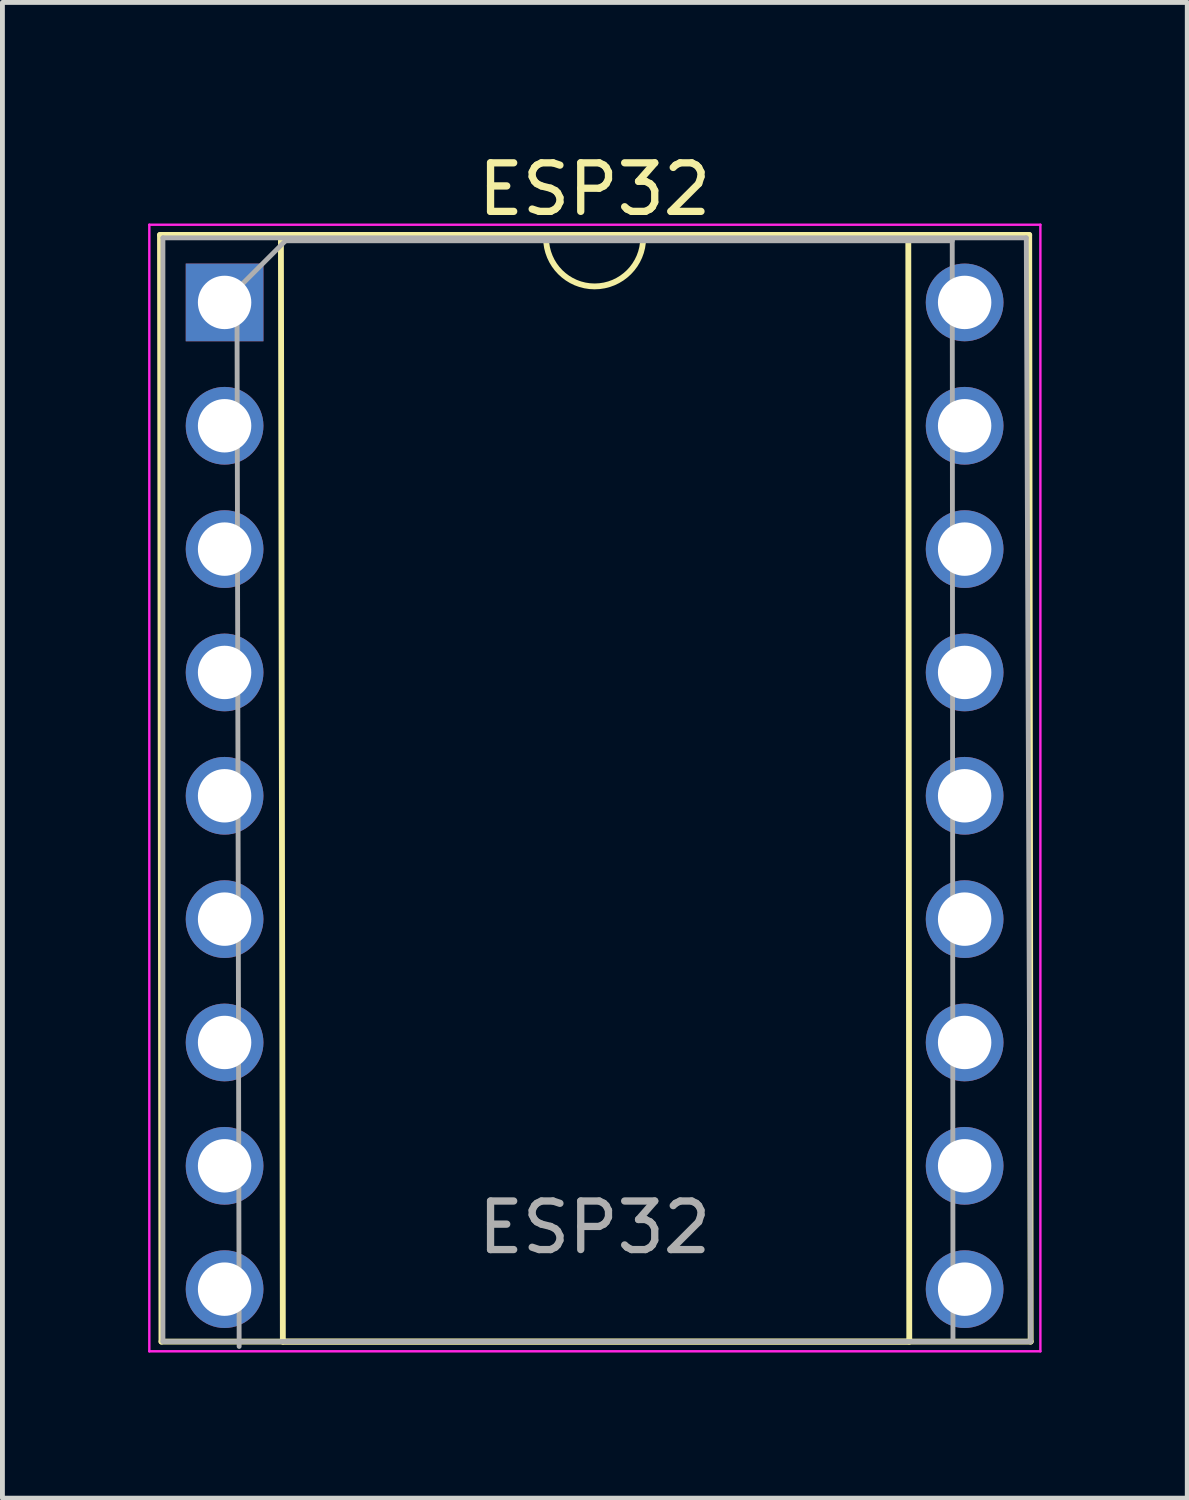
<source format=kicad_pcb>
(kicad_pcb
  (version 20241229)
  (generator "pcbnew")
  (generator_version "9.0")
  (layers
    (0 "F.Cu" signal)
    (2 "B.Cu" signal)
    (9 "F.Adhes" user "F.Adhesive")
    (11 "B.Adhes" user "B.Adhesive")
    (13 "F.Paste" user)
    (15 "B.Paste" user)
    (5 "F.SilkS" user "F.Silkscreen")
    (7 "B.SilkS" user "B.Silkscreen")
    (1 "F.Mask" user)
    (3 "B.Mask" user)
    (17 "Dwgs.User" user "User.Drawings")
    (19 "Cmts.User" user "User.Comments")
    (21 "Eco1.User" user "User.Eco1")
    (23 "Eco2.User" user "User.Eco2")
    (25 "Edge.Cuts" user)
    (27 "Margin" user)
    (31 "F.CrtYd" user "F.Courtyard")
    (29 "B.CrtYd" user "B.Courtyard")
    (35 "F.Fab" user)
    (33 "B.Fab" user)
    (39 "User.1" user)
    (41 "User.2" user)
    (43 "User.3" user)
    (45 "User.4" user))
  (footprint "ESP32"
    (layer "F.Cu")
    (at 1.575 3.178)
    (property "Reference" "ESP32" (at 7.62 -2.33 0) (layer "F.SilkS") (effects (font (size 1 1) (thickness 0.15))))
    (attr through_hole)
    (fp_line (start -1.33 -1.39) (end -1.3 21.4) (stroke (width 0.12) (type solid)) (layer "F.SilkS"))
    (fp_line (start -1.3 21.4) (end 16.6 21.4) (stroke (width 0.12) (type solid)) (layer "F.SilkS"))
    (fp_line (start 1.16 -1.33) (end 1.2 21.4) (stroke (width 0.12) (type solid)) (layer "F.SilkS"))
    (fp_line (start 1.2 21.4) (end 14.1 21.4) (stroke (width 0.12) (type solid)) (layer "F.SilkS"))
    (fp_line (start 6.62 -1.33) (end 1.16 -1.33) (stroke (width 0.12) (type solid)) (layer "F.SilkS"))
    (fp_line (start 14.08 -1.33) (end 8.62 -1.33) (stroke (width 0.12) (type solid)) (layer "F.SilkS"))
    (fp_line (start 14.1 21.4) (end 14.08 -1.33) (stroke (width 0.12) (type solid)) (layer "F.SilkS"))
    (fp_line (start 16.57 -1.39) (end -1.33 -1.39) (stroke (width 0.12) (type solid)) (layer "F.SilkS"))
    (fp_line (start 16.6 21.4) (end 16.57 -1.39) (stroke (width 0.12) (type solid)) (layer "F.SilkS"))
    (fp_arc (start 8.62 -1.33) (mid 7.62 -0.33) (end 6.62 -1.33) (stroke (width 0.12) (type solid)) (layer "F.SilkS"))
    (fp_line (start -1.55 -1.6) (end -1.55 21.6) (stroke (width 0.05) (type solid)) (layer "F.CrtYd"))
    (fp_line (start -1.55 21.6) (end 16.8 21.6) (stroke (width 0.05) (type solid)) (layer "F.CrtYd"))
    (fp_line (start 16.8 -1.6) (end -1.55 -1.6) (stroke (width 0.05) (type solid)) (layer "F.CrtYd"))
    (fp_line (start 16.8 21.6) (end 16.8 -1.6) (stroke (width 0.05) (type solid)) (layer "F.CrtYd"))
    (fp_line (start -1.27 -1.33) (end -1.27 21.4) (stroke (width 0.1) (type solid)) (layer "F.Fab"))
    (fp_line (start -1.27 21.4) (end 16.6 21.4) (stroke (width 0.1) (type solid)) (layer "F.Fab"))
    (fp_line (start 0.255 -0.27) (end 1.255 -1.27) (stroke (width 0.1) (type solid)) (layer "F.Fab"))
    (fp_line (start 0.3 21.5) (end 0.255 -0.27) (stroke (width 0.1) (type solid)) (layer "F.Fab"))
    (fp_line (start 1.255 -1.27) (end 14.985 -1.27) (stroke (width 0.1) (type solid)) (layer "F.Fab"))
    (fp_line (start 14.985 -1.27) (end 15 21.4) (stroke (width 0.1) (type solid)) (layer "F.Fab"))
    (fp_line (start 15 21.4) (end 1.2 21.4) (stroke (width 0.1) (type solid)) (layer "F.Fab"))
    (fp_line (start 16.51 -1.33) (end -1.27 -1.33) (stroke (width 0.1) (type solid)) (layer "F.Fab"))
    (fp_line (start 16.6 21.4) (end 16.51 -1.33) (stroke (width 0.1) (type solid)) (layer "F.Fab"))
    (fp_text user "${REFERENCE}" (at 7.62 19.05 0) (layer "F.Fab") (effects (font (size 1 1) (thickness 0.15))))
    (pad "1" thru_hole rect (at 0 0) (size 1.6 1.6) (drill 1.1) (layers "*.Cu" "*.Mask"))
    (pad "2" thru_hole oval (at 0 2.54) (size 1.6 1.6) (drill 1.1) (layers "*.Cu" "*.Mask"))
    (pad "3" thru_hole oval (at 0 5.08) (size 1.6 1.6) (drill 1.1) (layers "*.Cu" "*.Mask"))
    (pad "4" thru_hole oval (at 0 7.62) (size 1.6 1.6) (drill 1.1) (layers "*.Cu" "*.Mask"))
    (pad "5" thru_hole oval (at 0 10.16) (size 1.6 1.6) (drill 1.1) (layers "*.Cu" "*.Mask"))
    (pad "6" thru_hole oval (at 0 12.7) (size 1.6 1.6) (drill 1.1) (layers "*.Cu" "*.Mask"))
    (pad "7" thru_hole oval (at 0 15.24) (size 1.6 1.6) (drill 1.1) (layers "*.Cu" "*.Mask"))
    (pad "8" thru_hole oval (at 0 17.78) (size 1.6 1.6) (drill 1.1) (layers "*.Cu" "*.Mask"))
    (pad "9" thru_hole oval (at 0 20.32) (size 1.6 1.6) (drill 1.1) (layers "*.Cu" "*.Mask"))
    (pad "10" thru_hole oval (at 15.24 20.32) (size 1.6 1.6) (drill 1.1) (layers "*.Cu" "*.Mask"))
    (pad "11" thru_hole oval (at 15.24 17.78) (size 1.6 1.6) (drill 1.1) (layers "*.Cu" "*.Mask"))
    (pad "12" thru_hole oval (at 15.24 15.24) (size 1.6 1.6) (drill 1.1) (layers "*.Cu" "*.Mask"))
    (pad "13" thru_hole oval (at 15.24 12.7) (size 1.6 1.6) (drill 1.1) (layers "*.Cu" "*.Mask"))
    (pad "14" thru_hole oval (at 15.24 10.16) (size 1.6 1.6) (drill 1.1) (layers "*.Cu" "*.Mask"))
    (pad "15" thru_hole oval (at 15.24 7.62) (size 1.6 1.6) (drill 1.1) (layers "*.Cu" "*.Mask"))
    (pad "16" thru_hole oval (at 15.24 5.08) (size 1.6 1.6) (drill 1.1) (layers "*.Cu" "*.Mask"))
    (pad "17" thru_hole oval (at 15.24 2.54) (size 1.6 1.6) (drill 1.1) (layers "*.Cu" "*.Mask"))
    (pad "18" thru_hole oval (at 15.24 0) (size 1.6 1.6) (drill 1.1) (layers "*.Cu" "*.Mask")))
  (gr_rect
    (start -3 -3)
    (end 21.4 27.803)
    (stroke (width 0.1) (type default))
    (fill no)
    (layer "Edge.Cuts")))
</source>
